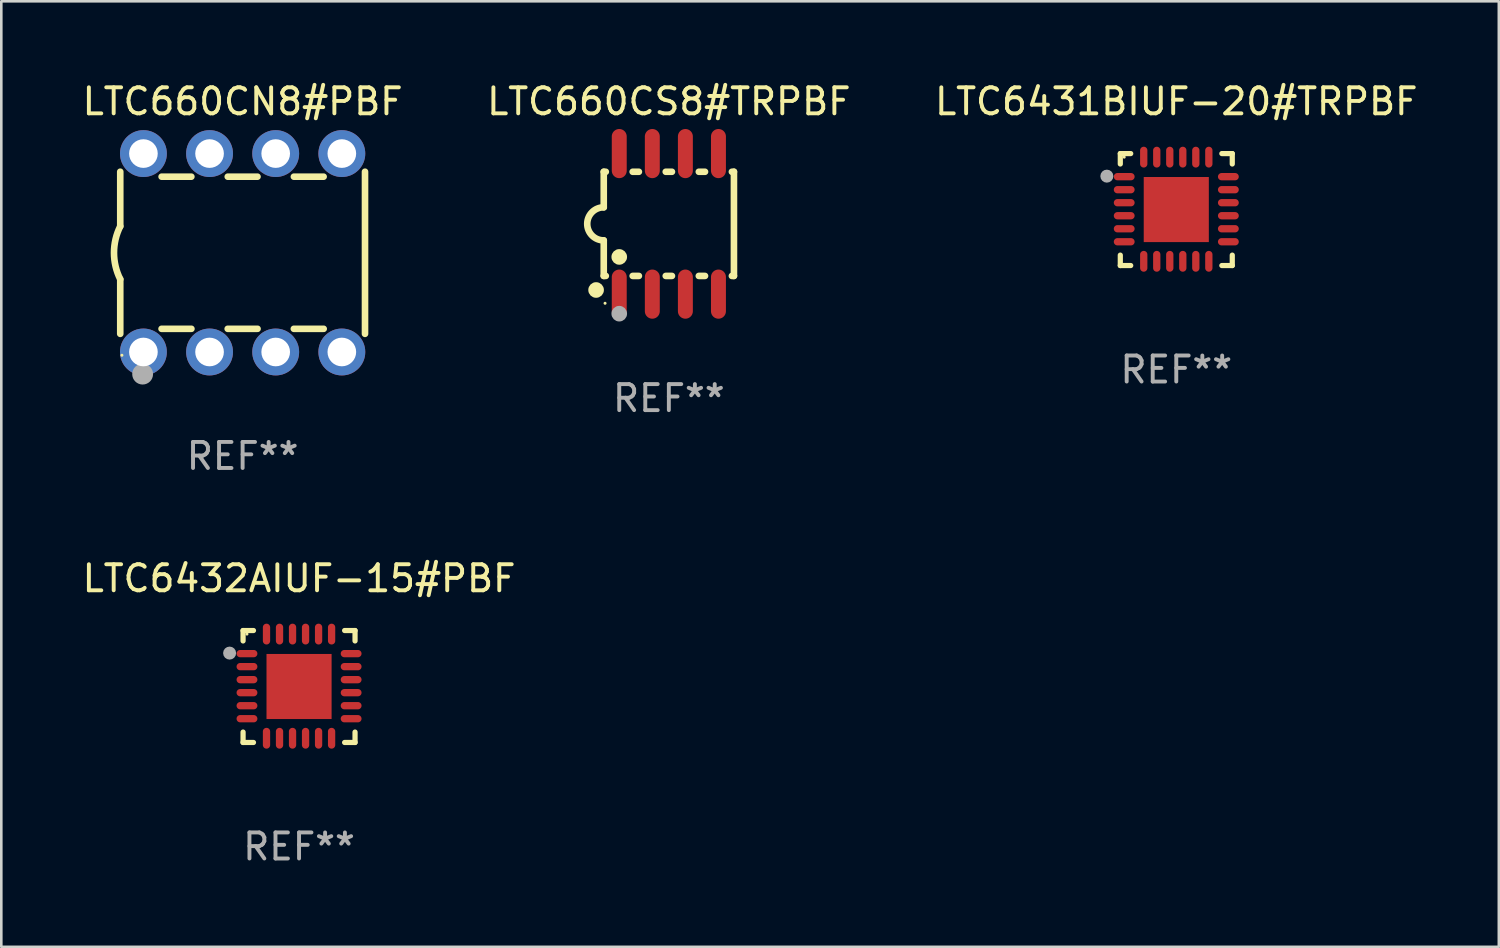
<source format=kicad_pcb>
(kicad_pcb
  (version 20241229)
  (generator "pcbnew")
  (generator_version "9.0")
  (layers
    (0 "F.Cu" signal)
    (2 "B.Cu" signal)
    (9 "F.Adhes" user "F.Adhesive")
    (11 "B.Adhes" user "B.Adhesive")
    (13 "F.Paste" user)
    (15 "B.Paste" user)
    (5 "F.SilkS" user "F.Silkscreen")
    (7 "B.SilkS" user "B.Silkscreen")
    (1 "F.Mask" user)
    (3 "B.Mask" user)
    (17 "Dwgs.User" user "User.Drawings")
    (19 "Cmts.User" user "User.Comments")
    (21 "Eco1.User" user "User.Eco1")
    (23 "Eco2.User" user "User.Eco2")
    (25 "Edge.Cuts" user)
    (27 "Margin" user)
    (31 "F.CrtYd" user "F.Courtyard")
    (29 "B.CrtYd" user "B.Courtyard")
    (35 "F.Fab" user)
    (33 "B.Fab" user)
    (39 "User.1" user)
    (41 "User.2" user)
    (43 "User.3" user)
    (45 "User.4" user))
  (footprint "LTC6432AIUF-15#PBF"
    (layer "F.Cu")
    (at 8.435 23.315)
    (property "Reference" "LTC6432AIUF-15#PBF" (at 0 -4.15 0) (layer "F.SilkS") (effects (font (size 1 1) (thickness 0.15))))
    (attr through_hole)
    (fp_line (start -2.15 -2.15) (end -1.75 -2.15) (stroke (width 0.2) (type solid)) (layer "F.SilkS"))
    (fp_line (start -2.15 -1.75) (end -2.15 -2.15) (stroke (width 0.2) (type solid)) (layer "F.SilkS"))
    (fp_line (start -2.15 2.15) (end -2.15 1.75) (stroke (width 0.2) (type solid)) (layer "F.SilkS"))
    (fp_line (start -1.75 2.15) (end -2.15 2.15) (stroke (width 0.2) (type solid)) (layer "F.SilkS"))
    (fp_line (start 1.75 -2.15) (end 2.15 -2.15) (stroke (width 0.2) (type solid)) (layer "F.SilkS"))
    (fp_line (start 1.75 2.15) (end 2.15 2.15) (stroke (width 0.2) (type solid)) (layer "F.SilkS"))
    (fp_line (start 2.15 -2.15) (end 2.15 -1.75) (stroke (width 0.2) (type solid)) (layer "F.SilkS"))
    (fp_line (start 2.15 2.15) (end 2.15 1.75) (stroke (width 0.2) (type solid)) (layer "F.SilkS"))
    (fp_circle (center -2 -2.013) (end -1.97 -2.013) (stroke (width 0.06) (type solid)) (fill no) (layer "F.SilkS"))
    (fp_circle (center -2.667 -1.283) (end -2.542 -1.283) (stroke (width 0.25) (type solid)) (fill no) (layer "F.Fab"))
    (fp_text user "REF**" (at 0 6.15 0) (layer "F.Fab") (effects (font (size 1 1) (thickness 0.15))))
    (pad "1" smd oval (at -2 -1.263) (size 0.8 0.28) (layers "F.Cu" "F.Mask" "F.Paste"))
    (pad "2" smd oval (at -2 -0.763) (size 0.8 0.28) (layers "F.Cu" "F.Mask" "F.Paste"))
    (pad "3" smd oval (at -2 -0.263) (size 0.8 0.28) (layers "F.Cu" "F.Mask" "F.Paste"))
    (pad "4" smd oval (at -2 0.237) (size 0.8 0.28) (layers "F.Cu" "F.Mask" "F.Paste"))
    (pad "5" smd oval (at -2 0.737) (size 0.8 0.28) (layers "F.Cu" "F.Mask" "F.Paste"))
    (pad "6" smd oval (at -2 1.237) (size 0.8 0.28) (layers "F.Cu" "F.Mask" "F.Paste"))
    (pad "7" smd oval (at -1.25 1.987) (size 0.28 0.8) (layers "F.Cu" "F.Mask" "F.Paste"))
    (pad "8" smd oval (at -0.75 1.987) (size 0.28 0.8) (layers "F.Cu" "F.Mask" "F.Paste"))
    (pad "9" smd oval (at -0.25 1.987) (size 0.28 0.8) (layers "F.Cu" "F.Mask" "F.Paste"))
    (pad "10" smd oval (at 0.25 1.987) (size 0.28 0.8) (layers "F.Cu" "F.Mask" "F.Paste"))
    (pad "11" smd oval (at 0.75 1.987) (size 0.28 0.8) (layers "F.Cu" "F.Mask" "F.Paste"))
    (pad "12" smd oval (at 1.25 1.987) (size 0.28 0.8) (layers "F.Cu" "F.Mask" "F.Paste"))
    (pad "13" smd oval (at 2 1.237) (size 0.8 0.28) (layers "F.Cu" "F.Mask" "F.Paste"))
    (pad "14" smd oval (at 2 0.737) (size 0.8 0.28) (layers "F.Cu" "F.Mask" "F.Paste"))
    (pad "15" smd oval (at 2 0.237) (size 0.8 0.28) (layers "F.Cu" "F.Mask" "F.Paste"))
    (pad "16" smd oval (at 2 -0.263) (size 0.8 0.28) (layers "F.Cu" "F.Mask" "F.Paste"))
    (pad "17" smd oval (at 2 -0.763) (size 0.8 0.28) (layers "F.Cu" "F.Mask" "F.Paste"))
    (pad "18" smd oval (at 2 -1.263) (size 0.8 0.28) (layers "F.Cu" "F.Mask" "F.Paste"))
    (pad "19" smd oval (at 1.25 -2.013) (size 0.28 0.8) (layers "F.Cu" "F.Mask" "F.Paste"))
    (pad "20" smd oval (at 0.75 -2.013) (size 0.28 0.8) (layers "F.Cu" "F.Mask" "F.Paste"))
    (pad "21" smd oval (at 0.25 -2.013) (size 0.28 0.8) (layers "F.Cu" "F.Mask" "F.Paste"))
    (pad "22" smd oval (at -0.25 -2.013) (size 0.28 0.8) (layers "F.Cu" "F.Mask" "F.Paste"))
    (pad "23" smd oval (at -0.75 -2.013) (size 0.28 0.8) (layers "F.Cu" "F.Mask" "F.Paste"))
    (pad "24" smd oval (at -1.25 -2.013) (size 0.28 0.8) (layers "F.Cu" "F.Mask" "F.Paste"))
    (pad "25" smd rect (at -0.000127 -0.00014) (size 2.5 2.5) (layers "F.Cu" "F.Mask" "F.Paste")))
  (footprint "LTC6431BIUF-20#TRPBF"
    (layer "F.Cu")
    (at 42.125 4.998)
    (property "Reference" "LTC6431BIUF-20#TRPBF" (at 0 -4.15 0) (layer "F.SilkS") (effects (font (size 1 1) (thickness 0.15))))
    (attr through_hole)
    (fp_line (start -2.15 -2.15) (end -1.75 -2.15) (stroke (width 0.2) (type solid)) (layer "F.SilkS"))
    (fp_line (start -2.15 -1.75) (end -2.15 -2.15) (stroke (width 0.2) (type solid)) (layer "F.SilkS"))
    (fp_line (start -2.15 2.15) (end -2.15 1.75) (stroke (width 0.2) (type solid)) (layer "F.SilkS"))
    (fp_line (start -1.75 2.15) (end -2.15 2.15) (stroke (width 0.2) (type solid)) (layer "F.SilkS"))
    (fp_line (start 1.75 -2.15) (end 2.15 -2.15) (stroke (width 0.2) (type solid)) (layer "F.SilkS"))
    (fp_line (start 1.75 2.15) (end 2.15 2.15) (stroke (width 0.2) (type solid)) (layer "F.SilkS"))
    (fp_line (start 2.15 -2.15) (end 2.15 -1.75) (stroke (width 0.2) (type solid)) (layer "F.SilkS"))
    (fp_line (start 2.15 2.15) (end 2.15 1.75) (stroke (width 0.2) (type solid)) (layer "F.SilkS"))
    (fp_circle (center -2 -2.013) (end -1.97 -2.013) (stroke (width 0.06) (type solid)) (fill no) (layer "F.SilkS"))
    (fp_circle (center -2.667 -1.283) (end -2.542 -1.283) (stroke (width 0.25) (type solid)) (fill no) (layer "F.Fab"))
    (fp_text user "REF**" (at 0 6.15 0) (layer "F.Fab") (effects (font (size 1 1) (thickness 0.15))))
    (pad "1" smd oval (at -2 -1.263) (size 0.8 0.28) (layers "F.Cu" "F.Mask" "F.Paste"))
    (pad "2" smd oval (at -2 -0.763) (size 0.8 0.28) (layers "F.Cu" "F.Mask" "F.Paste"))
    (pad "3" smd oval (at -2 -0.263) (size 0.8 0.28) (layers "F.Cu" "F.Mask" "F.Paste"))
    (pad "4" smd oval (at -2 0.237) (size 0.8 0.28) (layers "F.Cu" "F.Mask" "F.Paste"))
    (pad "5" smd oval (at -2 0.737) (size 0.8 0.28) (layers "F.Cu" "F.Mask" "F.Paste"))
    (pad "6" smd oval (at -2 1.237) (size 0.8 0.28) (layers "F.Cu" "F.Mask" "F.Paste"))
    (pad "7" smd oval (at -1.25 1.987) (size 0.28 0.8) (layers "F.Cu" "F.Mask" "F.Paste"))
    (pad "8" smd oval (at -0.75 1.987) (size 0.28 0.8) (layers "F.Cu" "F.Mask" "F.Paste"))
    (pad "9" smd oval (at -0.25 1.987) (size 0.28 0.8) (layers "F.Cu" "F.Mask" "F.Paste"))
    (pad "10" smd oval (at 0.25 1.987) (size 0.28 0.8) (layers "F.Cu" "F.Mask" "F.Paste"))
    (pad "11" smd oval (at 0.75 1.987) (size 0.28 0.8) (layers "F.Cu" "F.Mask" "F.Paste"))
    (pad "12" smd oval (at 1.25 1.987) (size 0.28 0.8) (layers "F.Cu" "F.Mask" "F.Paste"))
    (pad "13" smd oval (at 2 1.237) (size 0.8 0.28) (layers "F.Cu" "F.Mask" "F.Paste"))
    (pad "14" smd oval (at 2 0.737) (size 0.8 0.28) (layers "F.Cu" "F.Mask" "F.Paste"))
    (pad "15" smd oval (at 2 0.237) (size 0.8 0.28) (layers "F.Cu" "F.Mask" "F.Paste"))
    (pad "16" smd oval (at 2 -0.263) (size 0.8 0.28) (layers "F.Cu" "F.Mask" "F.Paste"))
    (pad "17" smd oval (at 2 -0.763) (size 0.8 0.28) (layers "F.Cu" "F.Mask" "F.Paste"))
    (pad "18" smd oval (at 2 -1.263) (size 0.8 0.28) (layers "F.Cu" "F.Mask" "F.Paste"))
    (pad "19" smd oval (at 1.25 -2.013) (size 0.28 0.8) (layers "F.Cu" "F.Mask" "F.Paste"))
    (pad "20" smd oval (at 0.75 -2.013) (size 0.28 0.8) (layers "F.Cu" "F.Mask" "F.Paste"))
    (pad "21" smd oval (at 0.25 -2.013) (size 0.28 0.8) (layers "F.Cu" "F.Mask" "F.Paste"))
    (pad "22" smd oval (at -0.25 -2.013) (size 0.28 0.8) (layers "F.Cu" "F.Mask" "F.Paste"))
    (pad "23" smd oval (at -0.75 -2.013) (size 0.28 0.8) (layers "F.Cu" "F.Mask" "F.Paste"))
    (pad "24" smd oval (at -1.25 -2.013) (size 0.28 0.8) (layers "F.Cu" "F.Mask" "F.Paste"))
    (pad "25" smd rect (at -0.000127 -0.00014) (size 2.5 2.5) (layers "F.Cu" "F.Mask" "F.Paste")))
  (footprint "LTC660CS8#TRPBF"
    (layer "F.Cu")
    (at 22.637 5.547)
    (property "Reference" "LTC660CS8#TRPBF" (at 0 -4.699 0) (layer "F.SilkS") (effects (font (size 1 1) (thickness 0.15))))
    (attr through_hole)
    (fp_line (start -2.5 -2) (end -2.5 -0.635) (stroke (width 0.254) (type solid)) (layer "F.SilkS"))
    (fp_line (start -2.5 -2) (end -2.421 -2) (stroke (width 0.254) (type solid)) (layer "F.SilkS"))
    (fp_line (start -2.5 2) (end -2.5 0.635) (stroke (width 0.254) (type solid)) (layer "F.SilkS"))
    (fp_line (start -2.5 2) (end -2.421 2) (stroke (width 0.254) (type solid)) (layer "F.SilkS"))
    (fp_line (start -1.389 -2) (end -1.151 -2) (stroke (width 0.254) (type solid)) (layer "F.SilkS"))
    (fp_line (start -1.389 2) (end -1.151 2) (stroke (width 0.254) (type solid)) (layer "F.SilkS"))
    (fp_line (start -0.119 -2) (end 0.119 -2) (stroke (width 0.254) (type solid)) (layer "F.SilkS"))
    (fp_line (start -0.119 2) (end 0.119 2) (stroke (width 0.254) (type solid)) (layer "F.SilkS"))
    (fp_line (start 1.151 -2) (end 1.389 -2) (stroke (width 0.254) (type solid)) (layer "F.SilkS"))
    (fp_line (start 1.151 2) (end 1.389 2) (stroke (width 0.254) (type solid)) (layer "F.SilkS"))
    (fp_line (start 2.421 -2) (end 2.5 -2) (stroke (width 0.254) (type solid)) (layer "F.SilkS"))
    (fp_line (start 2.421 2) (end 2.5 2) (stroke (width 0.254) (type solid)) (layer "F.SilkS"))
    (fp_line (start 2.5 -2) (end 2.5 2) (stroke (width 0.254) (type solid)) (layer "F.SilkS"))
    (fp_arc (start -2.5 0.635001) (mid -3.134366 -0.000318) (end -2.499365 -0.635001) (stroke (width 0.254001) (type solid)) (layer "F.SilkS"))
    (fp_circle (center -2.794 2.54) (end -2.644 2.54) (stroke (width 0.3) (type solid)) (fill no) (layer "F.SilkS"))
    (fp_circle (center -2.45 3.05) (end -2.42 3.05) (stroke (width 0.06) (type solid)) (fill no) (layer "F.SilkS"))
    (fp_circle (center -1.905 1.27) (end -1.755 1.27) (stroke (width 0.3) (type solid)) (fill no) (layer "F.SilkS"))
    (fp_circle (center -1.905 3.45) (end -1.755 3.45) (stroke (width 0.3) (type solid)) (fill no) (layer "F.Fab"))
    (fp_text user "REF**" (at 0 6.699 0) (layer "F.Fab") (effects (font (size 1 1) (thickness 0.15))))
    (pad "1" smd oval (at -1.905 2.699) (size 0.574 1.888) (layers "F.Cu" "F.Mask" "F.Paste"))
    (pad "2" smd oval (at -0.635 2.699) (size 0.574 1.888) (layers "F.Cu" "F.Mask" "F.Paste"))
    (pad "3" smd oval (at 0.635 2.699) (size 0.574 1.888) (layers "F.Cu" "F.Mask" "F.Paste"))
    (pad "4" smd oval (at 1.905 2.699) (size 0.574 1.888) (layers "F.Cu" "F.Mask" "F.Paste"))
    (pad "5" smd oval (at 1.905 -2.699) (size 0.574 1.888) (layers "F.Cu" "F.Mask" "F.Paste"))
    (pad "6" smd oval (at 0.635 -2.699) (size 0.574 1.888) (layers "F.Cu" "F.Mask" "F.Paste"))
    (pad "7" smd oval (at -0.635 -2.699) (size 0.574 1.888) (layers "F.Cu" "F.Mask" "F.Paste"))
    (pad "8" smd oval (at -1.905 -2.699) (size 0.574 1.888) (layers "F.Cu" "F.Mask" "F.Paste")))
  (footprint "LTC660CN8#PBF"
    (layer "F.Cu")
    (at 6.268 6.658)
    (property "Reference" "LTC660CN8#PBF" (at 0 -5.81 0) (layer "F.SilkS") (effects (font (size 1 1) (thickness 0.15))))
    (attr through_hole)
    (fp_line (start -4.7 -1.017) (end -4.7 -3.113) (stroke (width 0.254) (type solid)) (layer "F.SilkS"))
    (fp_line (start -4.7 1.015) (end -4.7 3.113) (stroke (width 0.254) (type solid)) (layer "F.SilkS"))
    (fp_line (start -3.113 2.92) (end -1.967 2.92) (stroke (width 0.254) (type solid)) (layer "F.SilkS"))
    (fp_line (start -3.111 -2.922) (end -1.969 -2.922) (stroke (width 0.254) (type solid)) (layer "F.SilkS"))
    (fp_line (start -0.573 2.92) (end 0.573 2.92) (stroke (width 0.254) (type solid)) (layer "F.SilkS"))
    (fp_line (start -0.571 -2.922) (end 0.571 -2.922) (stroke (width 0.254) (type solid)) (layer "F.SilkS"))
    (fp_line (start 1.967 2.92) (end 3.113 2.92) (stroke (width 0.254) (type solid)) (layer "F.SilkS"))
    (fp_line (start 1.969 -2.922) (end 3.111 -2.922) (stroke (width 0.254) (type solid)) (layer "F.SilkS"))
    (fp_line (start 4.7 -3.113) (end 4.7 3.113) (stroke (width 0.254) (type solid)) (layer "F.SilkS"))
    (fp_arc (start -4.7 1.01524) (mid -4.939846 -0.000762) (end -4.7 -1.016764) (stroke (width 0.254001) (type solid)) (layer "F.SilkS"))
    (fp_circle (center -4.636 3.935) (end -4.606 3.935) (stroke (width 0.06) (type solid)) (fill no) (layer "F.SilkS"))
    (fp_circle (center -3.84 4.66) (end -3.64 4.66) (stroke (width 0.4) (type solid)) (fill no) (layer "F.Fab"))
    (fp_text user "REF**" (at 0 7.81 0) (layer "F.Fab") (effects (font (size 1 1) (thickness 0.15))))
    (pad "1" thru_hole circle (at -3.81 3.81) (size 1.8 1.8) (drill 1.1) (layers "*.Cu" "*.Mask"))
    (pad "2" thru_hole circle (at -1.27 3.81) (size 1.8 1.8) (drill 1.1) (layers "*.Cu" "*.Mask"))
    (pad "3" thru_hole circle (at 1.27 3.81) (size 1.8 1.8) (drill 1.1) (layers "*.Cu" "*.Mask"))
    (pad "4" thru_hole circle (at 3.81 3.81) (size 1.8 1.8) (drill 1.1) (layers "*.Cu" "*.Mask"))
    (pad "5" thru_hole circle (at 3.81 -3.81) (size 1.8 1.8) (drill 1.1) (layers "*.Cu" "*.Mask"))
    (pad "6" thru_hole circle (at 1.27 -3.81) (size 1.8 1.8) (drill 1.1) (layers "*.Cu" "*.Mask"))
    (pad "7" thru_hole circle (at -1.27 -3.81) (size 1.8 1.8) (drill 1.1) (layers "*.Cu" "*.Mask"))
    (pad "8" thru_hole circle (at -3.81 -3.81) (size 1.8 1.8) (drill 1.1) (layers "*.Cu" "*.Mask")))
  (gr_rect
    (start -3 -3)
    (end 54.512 33.313)
    (stroke (width 0.1) (type default))
    (fill no)
    (layer "Edge.Cuts")))
</source>
